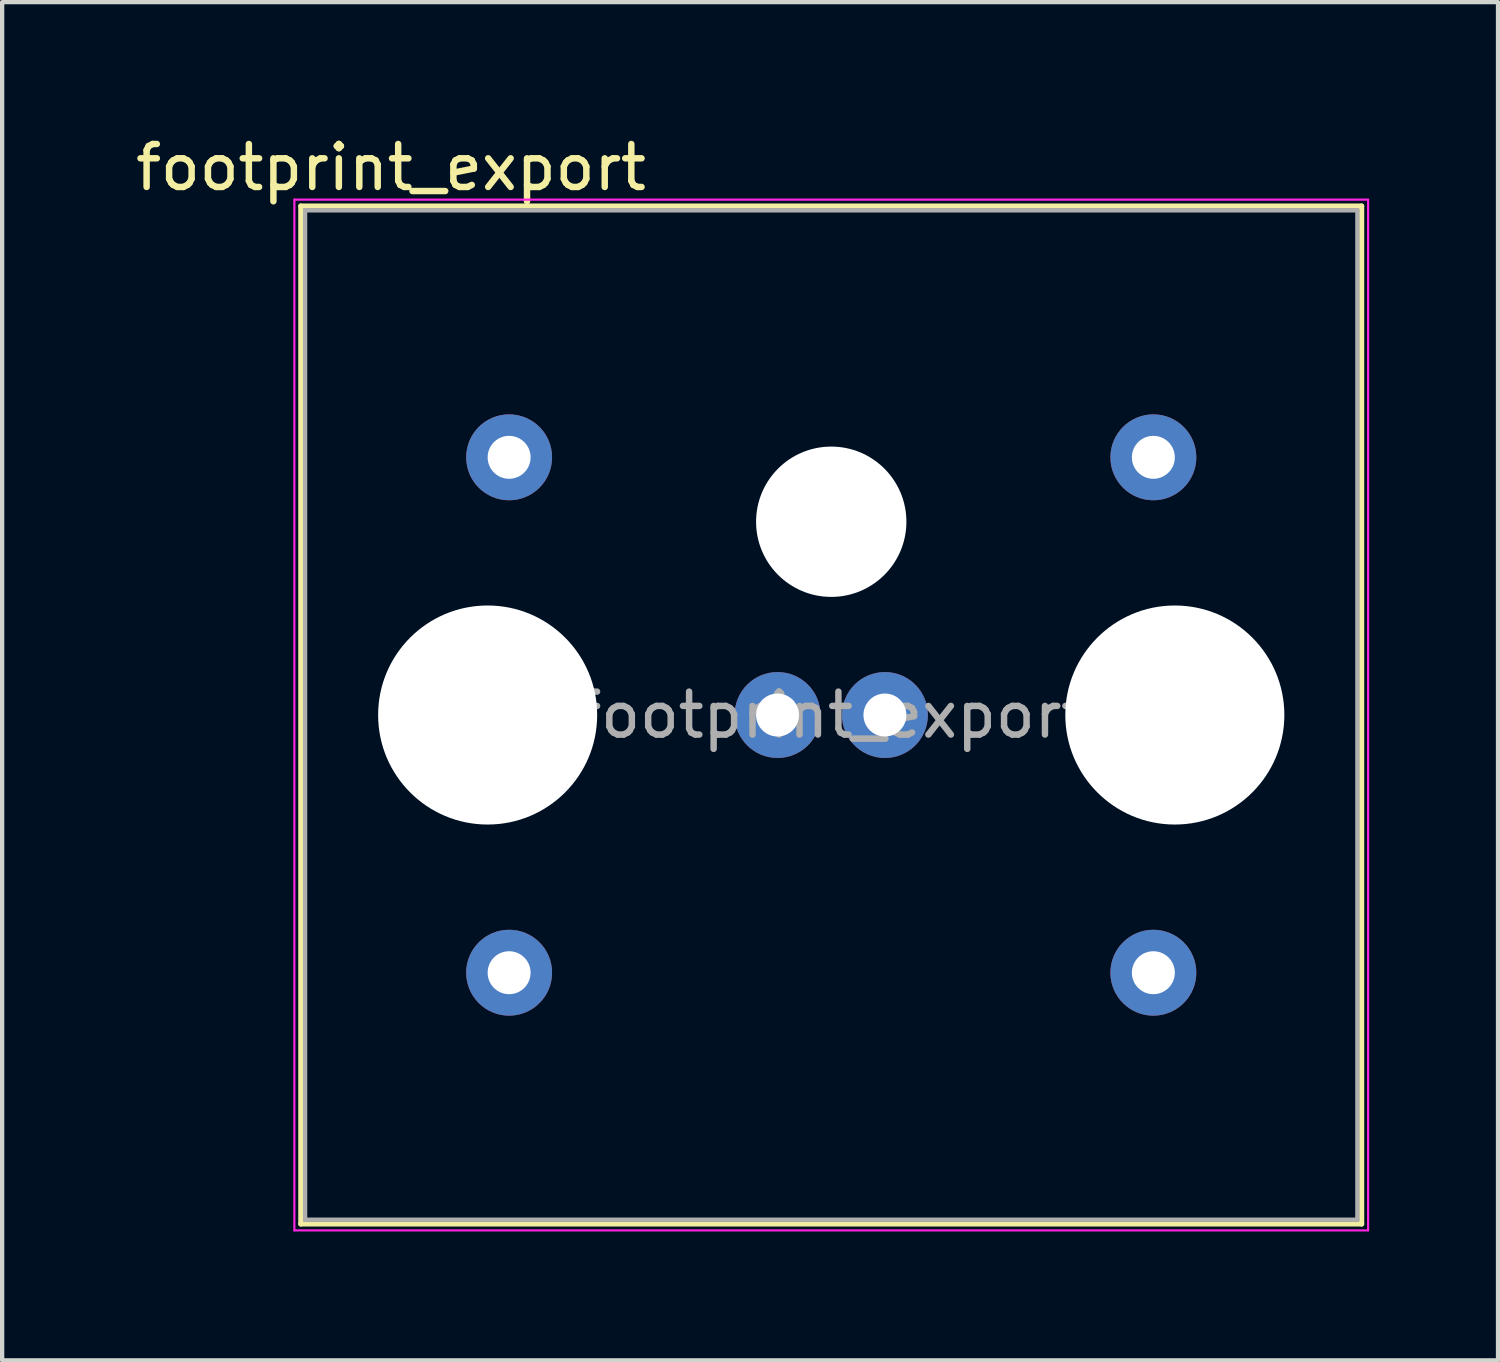
<source format=kicad_pcb>
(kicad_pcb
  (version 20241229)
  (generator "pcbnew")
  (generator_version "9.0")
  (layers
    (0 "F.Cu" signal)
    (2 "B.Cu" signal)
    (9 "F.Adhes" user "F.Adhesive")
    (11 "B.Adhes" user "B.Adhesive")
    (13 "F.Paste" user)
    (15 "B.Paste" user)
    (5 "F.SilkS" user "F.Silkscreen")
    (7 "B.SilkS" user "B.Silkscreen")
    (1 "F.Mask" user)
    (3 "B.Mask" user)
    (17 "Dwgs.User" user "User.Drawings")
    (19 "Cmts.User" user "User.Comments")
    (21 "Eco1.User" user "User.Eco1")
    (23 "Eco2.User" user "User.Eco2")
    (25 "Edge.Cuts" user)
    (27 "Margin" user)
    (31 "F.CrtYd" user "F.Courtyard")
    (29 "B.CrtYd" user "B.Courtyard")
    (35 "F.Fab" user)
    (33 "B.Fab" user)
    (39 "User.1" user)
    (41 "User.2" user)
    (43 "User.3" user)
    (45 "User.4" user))
  (footprint "footprint_export"
    (layer "F.Cu")
    (at 23.804 7.598)
    (property "Reference" "footprint_export" (at -17.75 -6.75 0) (layer "F.SilkS") (effects (font (size 1 1) (thickness 0.15))))
    (attr through_hole)
    (fp_line (start -19.85 -5.85) (end -19.85 17.85) (stroke (width 0.12) (type solid)) (layer "F.SilkS"))
    (fp_line (start -19.85 17.85) (end 4.85 17.85) (stroke (width 0.12) (type solid)) (layer "F.SilkS"))
    (fp_line (start 4.85 -5.85) (end -19.85 -5.85) (stroke (width 0.12) (type solid)) (layer "F.SilkS"))
    (fp_line (start 4.85 17.85) (end 4.85 -5.85) (stroke (width 0.12) (type solid)) (layer "F.SilkS"))
    (fp_line (start -20 -6) (end -20 18) (stroke (width 0.05) (type solid)) (layer "F.CrtYd"))
    (fp_line (start -20 18) (end 5 18) (stroke (width 0.05) (type solid)) (layer "F.CrtYd"))
    (fp_line (start 5 -6) (end -20 -6) (stroke (width 0.05) (type solid)) (layer "F.CrtYd"))
    (fp_line (start 5 18) (end 5 -6) (stroke (width 0.05) (type solid)) (layer "F.CrtYd"))
    (fp_line (start -19.75 -5.75) (end -19.75 17.75) (stroke (width 0.1) (type solid)) (layer "F.Fab"))
    (fp_line (start -19.75 17.75) (end 4.75 17.75) (stroke (width 0.1) (type solid)) (layer "F.Fab"))
    (fp_line (start 4.75 -5.75) (end -19.75 -5.75) (stroke (width 0.1) (type solid)) (layer "F.Fab"))
    (fp_line (start 4.75 -5.75) (end 4.75 17.75) (stroke (width 0.1) (type solid)) (layer "F.Fab"))
    (fp_text user "${REFERENCE}" (at -7.5 6 0) (layer "F.Fab") (effects (font (size 1 1) (thickness 0.15))))
    (pad "" np_thru_hole circle (at -15.5 6) (size 5.1 5.1) (drill 5.1) (layers "*.Cu" "*.Mask"))
    (pad "" np_thru_hole circle (at -7.5 1.5) (size 3.5 3.5) (drill 3.5) (layers "*.Cu" "*.Mask"))
    (pad "" np_thru_hole circle (at 0.5 6) (size 5.1 5.1) (drill 5.1) (layers "*.Cu" "*.Mask"))
    (pad "1" thru_hole circle (at 0 0) (size 2 2) (drill 1) (layers "*.Cu" "*.Mask"))
    (pad "2" thru_hole circle (at 0 12) (size 2 2) (drill 1) (layers "*.Cu" "*.Mask"))
    (pad "3" thru_hole circle (at -15 0) (size 2 2) (drill 1) (layers "*.Cu" "*.Mask"))
    (pad "4" thru_hole circle (at -15 12) (size 2 2) (drill 1) (layers "*.Cu" "*.Mask"))
    (pad "5" thru_hole circle (at -8.75 6) (size 2 2) (drill 1) (layers "*.Cu" "*.Mask"))
    (pad "6" thru_hole circle (at -6.25 6) (size 2 2) (drill 1) (layers "*.Cu" "*.Mask")))
  (gr_rect
    (start -3 -3)
    (end 31.829 28.623)
    (stroke (width 0.1) (type default))
    (fill no)
    (layer "Edge.Cuts")))
</source>
